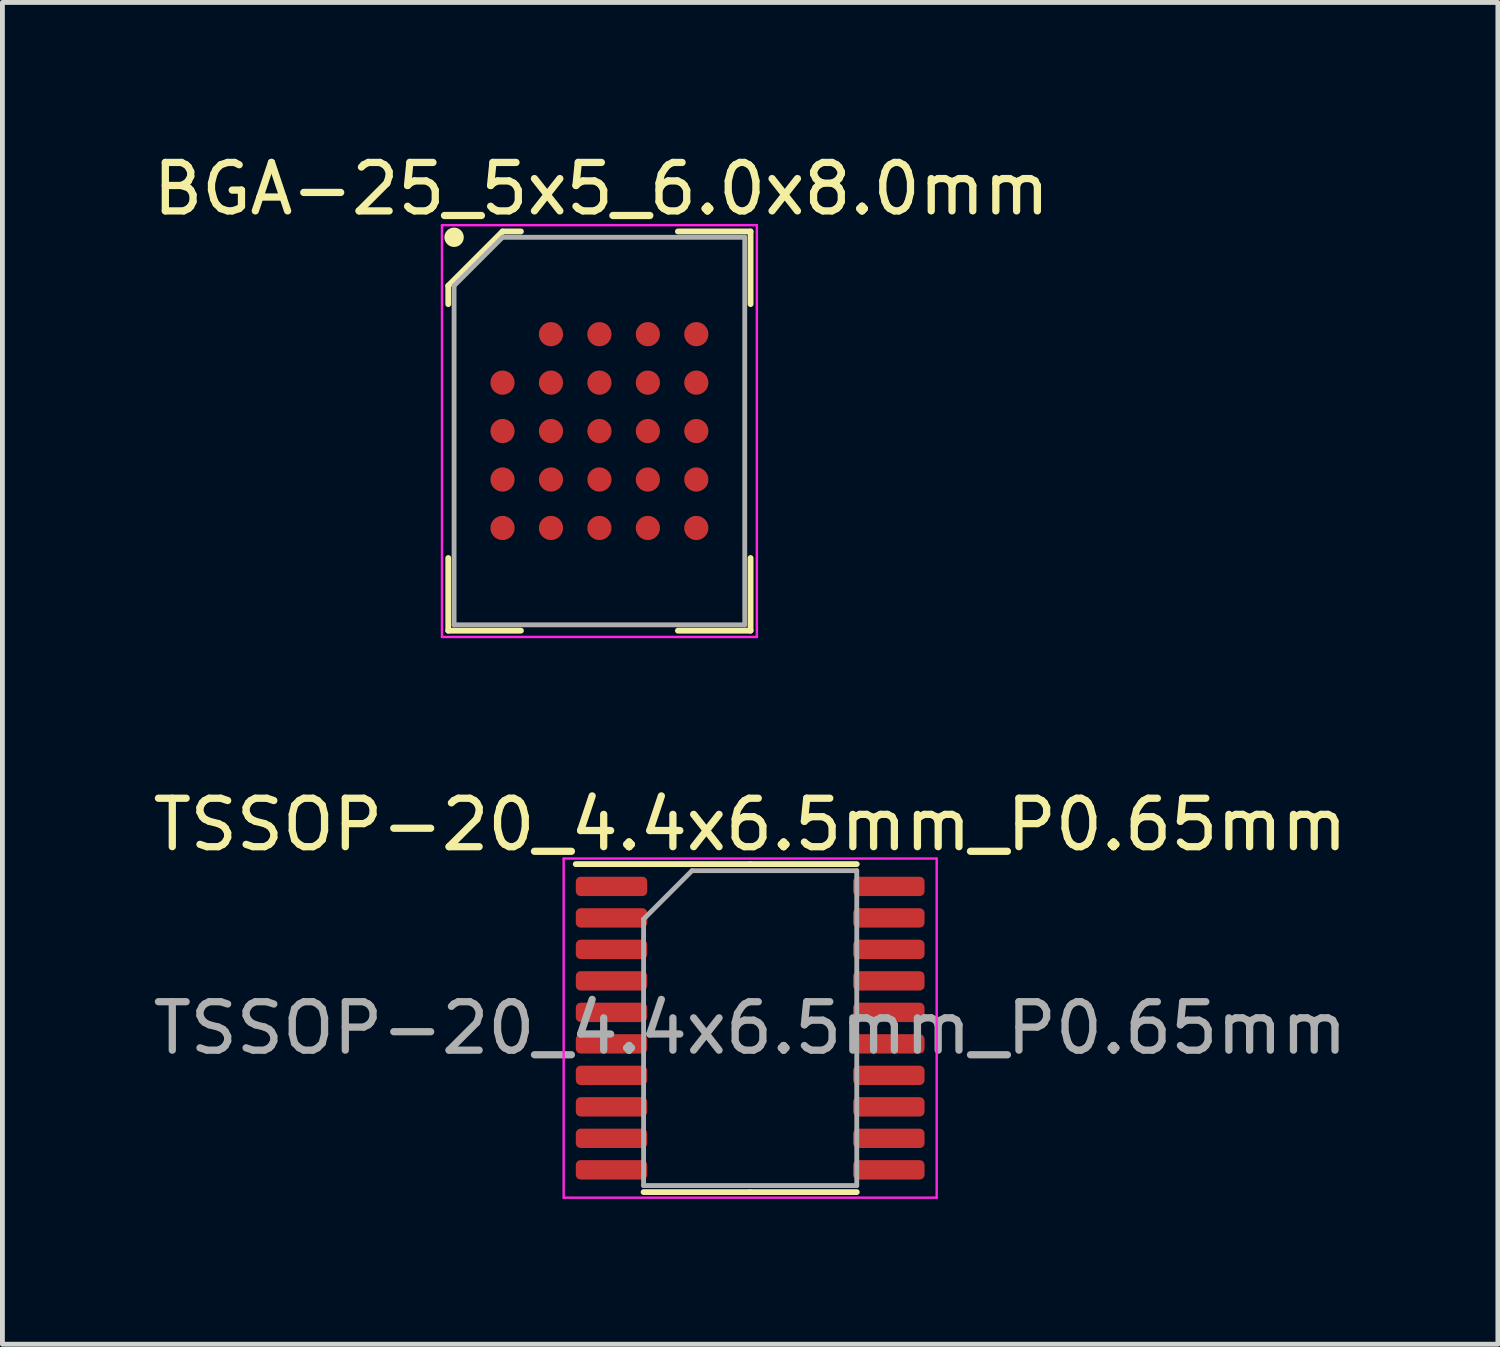
<source format=kicad_pcb>
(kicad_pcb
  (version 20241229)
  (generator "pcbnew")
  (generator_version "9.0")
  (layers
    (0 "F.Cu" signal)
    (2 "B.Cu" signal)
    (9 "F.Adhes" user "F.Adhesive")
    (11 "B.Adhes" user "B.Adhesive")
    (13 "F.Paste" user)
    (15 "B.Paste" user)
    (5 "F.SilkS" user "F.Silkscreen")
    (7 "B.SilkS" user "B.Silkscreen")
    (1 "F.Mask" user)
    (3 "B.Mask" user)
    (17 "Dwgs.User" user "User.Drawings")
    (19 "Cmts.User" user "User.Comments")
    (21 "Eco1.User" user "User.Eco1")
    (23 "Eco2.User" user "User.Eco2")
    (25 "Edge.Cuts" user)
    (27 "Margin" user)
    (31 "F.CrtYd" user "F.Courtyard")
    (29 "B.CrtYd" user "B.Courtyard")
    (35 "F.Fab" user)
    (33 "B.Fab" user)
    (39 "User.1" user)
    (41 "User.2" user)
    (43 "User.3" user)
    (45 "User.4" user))
  (footprint "BGA-25_5x5_6.0x8.0mm"
    (layer "F.Cu")
    (at 9.323 5.848)
    (property "Reference" "BGA-25_5x5_6.0x8.0mm" (at 0.04 -5 0) (layer "F.SilkS") (effects (font (size 1 1) (thickness 0.15))))
    (attr smd)
    (fp_line (start -3.12 -3) (end -3.12 -2.62) (stroke (width 0.12) (type solid)) (layer "F.SilkS"))
    (fp_line (start -3.12 4.12) (end -3.12 2.62) (stroke (width 0.12) (type solid)) (layer "F.SilkS"))
    (fp_line (start -2 -4.12) (end -3.12 -3) (stroke (width 0.12) (type solid)) (layer "F.SilkS"))
    (fp_line (start -1.62 -4.12) (end -2 -4.12) (stroke (width 0.12) (type solid)) (layer "F.SilkS"))
    (fp_line (start -1.62 4.12) (end -3.12 4.12) (stroke (width 0.12) (type solid)) (layer "F.SilkS"))
    (fp_line (start 1.62 -4.12) (end 3.12 -4.12) (stroke (width 0.12) (type solid)) (layer "F.SilkS"))
    (fp_line (start 1.62 4.12) (end 3.12 4.12) (stroke (width 0.12) (type solid)) (layer "F.SilkS"))
    (fp_line (start 3.12 -4.12) (end 3.12 -2.62) (stroke (width 0.12) (type solid)) (layer "F.SilkS"))
    (fp_line (start 3.12 4.12) (end 3.12 2.62) (stroke (width 0.12) (type solid)) (layer "F.SilkS"))
    (fp_circle (center -3 -4) (end -2.9 -4) (stroke (width 0.2) (type solid)) (fill no) (layer "F.SilkS"))
    (fp_line (start -3.25 -4.25) (end 3.25 -4.25) (stroke (width 0.05) (type solid)) (layer "F.CrtYd"))
    (fp_line (start -3.25 4.25) (end -3.25 -4.25) (stroke (width 0.05) (type solid)) (layer "F.CrtYd"))
    (fp_line (start 3.25 -4.25) (end 3.25 4.25) (stroke (width 0.05) (type solid)) (layer "F.CrtYd"))
    (fp_line (start 3.25 4.25) (end -3.25 4.25) (stroke (width 0.05) (type solid)) (layer "F.CrtYd"))
    (fp_line (start -3 -3) (end -3 4) (stroke (width 0.1) (type solid)) (layer "F.Fab"))
    (fp_line (start -3 4) (end 3 4) (stroke (width 0.1) (type solid)) (layer "F.Fab"))
    (fp_line (start -2 -4) (end -3 -3) (stroke (width 0.1) (type solid)) (layer "F.Fab"))
    (fp_line (start 3 -4) (end -2 -4) (stroke (width 0.1) (type solid)) (layer "F.Fab"))
    (fp_line (start 3 4) (end 3 -4) (stroke (width 0.1) (type solid)) (layer "F.Fab"))
    (pad "A2" smd circle (at -1 -2) (size 0.5 0.5) (layers "F.Cu" "F.Mask" "F.Paste"))
    (pad "A3" smd circle (at 0 -2) (size 0.5 0.5) (layers "F.Cu" "F.Mask" "F.Paste"))
    (pad "A4" smd circle (at 1 -2) (size 0.5 0.5) (layers "F.Cu" "F.Mask" "F.Paste"))
    (pad "A5" smd circle (at 2 -2) (size 0.5 0.5) (layers "F.Cu" "F.Mask" "F.Paste"))
    (pad "B1" smd circle (at -2 -1) (size 0.5 0.5) (layers "F.Cu" "F.Mask" "F.Paste"))
    (pad "B2" smd circle (at -1 -1) (size 0.5 0.5) (layers "F.Cu" "F.Mask" "F.Paste"))
    (pad "B3" smd circle (at 0 -1) (size 0.5 0.5) (layers "F.Cu" "F.Mask" "F.Paste"))
    (pad "B4" smd circle (at 1 -1) (size 0.5 0.5) (layers "F.Cu" "F.Mask" "F.Paste"))
    (pad "B5" smd circle (at 2 -1) (size 0.5 0.5) (layers "F.Cu" "F.Mask" "F.Paste"))
    (pad "C1" smd circle (at -2 0) (size 0.5 0.5) (layers "F.Cu" "F.Mask" "F.Paste"))
    (pad "C2" smd circle (at -1 0) (size 0.5 0.5) (layers "F.Cu" "F.Mask" "F.Paste"))
    (pad "C3" smd circle (at 0 0) (size 0.5 0.5) (layers "F.Cu" "F.Mask" "F.Paste"))
    (pad "C4" smd circle (at 1 0) (size 0.5 0.5) (layers "F.Cu" "F.Mask" "F.Paste"))
    (pad "C5" smd circle (at 2 0) (size 0.5 0.5) (layers "F.Cu" "F.Mask" "F.Paste"))
    (pad "D1" smd circle (at -2 1) (size 0.5 0.5) (layers "F.Cu" "F.Mask" "F.Paste"))
    (pad "D2" smd circle (at -1 1) (size 0.5 0.5) (layers "F.Cu" "F.Mask" "F.Paste"))
    (pad "D3" smd circle (at 0 1) (size 0.5 0.5) (layers "F.Cu" "F.Mask" "F.Paste"))
    (pad "D4" smd circle (at 1 1) (size 0.5 0.5) (layers "F.Cu" "F.Mask" "F.Paste"))
    (pad "D5" smd circle (at 2 1) (size 0.5 0.5) (layers "F.Cu" "F.Mask" "F.Paste"))
    (pad "E1" smd circle (at -2 2) (size 0.5 0.5) (layers "F.Cu" "F.Mask" "F.Paste"))
    (pad "E2" smd circle (at -1 2) (size 0.5 0.5) (layers "F.Cu" "F.Mask" "F.Paste"))
    (pad "E3" smd circle (at 0 2) (size 0.5 0.5) (layers "F.Cu" "F.Mask" "F.Paste"))
    (pad "E4" smd circle (at 1 2) (size 0.5 0.5) (layers "F.Cu" "F.Mask" "F.Paste"))
    (pad "E5" smd circle (at 2 2) (size 0.5 0.5) (layers "F.Cu" "F.Mask" "F.Paste")))
  (footprint "TSSOP-20_4.4x6.5mm_P0.65mm"
    (layer "F.Cu")
    (at 12.435 18.172)
    (property "Reference" "TSSOP-20_4.4x6.5mm_P0.65mm" (at 0 -4.2 0) (layer "F.SilkS") (effects (font (size 1 1) (thickness 0.15))))
    (attr smd)
    (fp_line (start 0 -3.385) (end -3.6 -3.385) (stroke (width 0.12) (type solid)) (layer "F.SilkS"))
    (fp_line (start 0 -3.385) (end 2.2 -3.385) (stroke (width 0.12) (type solid)) (layer "F.SilkS"))
    (fp_line (start 0 3.385) (end -2.2 3.385) (stroke (width 0.12) (type solid)) (layer "F.SilkS"))
    (fp_line (start 0 3.385) (end 2.2 3.385) (stroke (width 0.12) (type solid)) (layer "F.SilkS"))
    (fp_line (start -3.85 -3.5) (end -3.85 3.5) (stroke (width 0.05) (type solid)) (layer "F.CrtYd"))
    (fp_line (start -3.85 3.5) (end 3.85 3.5) (stroke (width 0.05) (type solid)) (layer "F.CrtYd"))
    (fp_line (start 3.85 -3.5) (end -3.85 -3.5) (stroke (width 0.05) (type solid)) (layer "F.CrtYd"))
    (fp_line (start 3.85 3.5) (end 3.85 -3.5) (stroke (width 0.05) (type solid)) (layer "F.CrtYd"))
    (fp_line (start -2.2 -2.25) (end -1.2 -3.25) (stroke (width 0.1) (type solid)) (layer "F.Fab"))
    (fp_line (start -2.2 3.25) (end -2.2 -2.25) (stroke (width 0.1) (type solid)) (layer "F.Fab"))
    (fp_line (start -1.2 -3.25) (end 2.2 -3.25) (stroke (width 0.1) (type solid)) (layer "F.Fab"))
    (fp_line (start 2.2 -3.25) (end 2.2 3.25) (stroke (width 0.1) (type solid)) (layer "F.Fab"))
    (fp_line (start 2.2 3.25) (end -2.2 3.25) (stroke (width 0.1) (type solid)) (layer "F.Fab"))
    (fp_text user "${REFERENCE}" (at 0 0 0) (layer "F.Fab") (effects (font (size 1 1) (thickness 0.15))))
    (pad "1" smd roundrect (at -2.862 -2.925) (size 1.475 0.4) (layers "F.Cu" "F.Mask" "F.Paste") (roundrect_rratio 0.25))
    (pad "2" smd roundrect (at -2.862 -2.275) (size 1.475 0.4) (layers "F.Cu" "F.Mask" "F.Paste") (roundrect_rratio 0.25))
    (pad "3" smd roundrect (at -2.862 -1.625) (size 1.475 0.4) (layers "F.Cu" "F.Mask" "F.Paste") (roundrect_rratio 0.25))
    (pad "4" smd roundrect (at -2.862 -0.975) (size 1.475 0.4) (layers "F.Cu" "F.Mask" "F.Paste") (roundrect_rratio 0.25))
    (pad "5" smd roundrect (at -2.862 -0.325) (size 1.475 0.4) (layers "F.Cu" "F.Mask" "F.Paste") (roundrect_rratio 0.25))
    (pad "6" smd roundrect (at -2.862 0.325) (size 1.475 0.4) (layers "F.Cu" "F.Mask" "F.Paste") (roundrect_rratio 0.25))
    (pad "7" smd roundrect (at -2.862 0.975) (size 1.475 0.4) (layers "F.Cu" "F.Mask" "F.Paste") (roundrect_rratio 0.25))
    (pad "8" smd roundrect (at -2.862 1.625) (size 1.475 0.4) (layers "F.Cu" "F.Mask" "F.Paste") (roundrect_rratio 0.25))
    (pad "9" smd roundrect (at -2.862 2.275) (size 1.475 0.4) (layers "F.Cu" "F.Mask" "F.Paste") (roundrect_rratio 0.25))
    (pad "10" smd roundrect (at -2.862 2.925) (size 1.475 0.4) (layers "F.Cu" "F.Mask" "F.Paste") (roundrect_rratio 0.25))
    (pad "11" smd roundrect (at 2.862 2.925) (size 1.475 0.4) (layers "F.Cu" "F.Mask" "F.Paste") (roundrect_rratio 0.25))
    (pad "12" smd roundrect (at 2.862 2.275) (size 1.475 0.4) (layers "F.Cu" "F.Mask" "F.Paste") (roundrect_rratio 0.25))
    (pad "13" smd roundrect (at 2.862 1.625) (size 1.475 0.4) (layers "F.Cu" "F.Mask" "F.Paste") (roundrect_rratio 0.25))
    (pad "14" smd roundrect (at 2.862 0.975) (size 1.475 0.4) (layers "F.Cu" "F.Mask" "F.Paste") (roundrect_rratio 0.25))
    (pad "15" smd roundrect (at 2.862 0.325) (size 1.475 0.4) (layers "F.Cu" "F.Mask" "F.Paste") (roundrect_rratio 0.25))
    (pad "16" smd roundrect (at 2.862 -0.325) (size 1.475 0.4) (layers "F.Cu" "F.Mask" "F.Paste") (roundrect_rratio 0.25))
    (pad "17" smd roundrect (at 2.862 -0.975) (size 1.475 0.4) (layers "F.Cu" "F.Mask" "F.Paste") (roundrect_rratio 0.25))
    (pad "18" smd roundrect (at 2.862 -1.625) (size 1.475 0.4) (layers "F.Cu" "F.Mask" "F.Paste") (roundrect_rratio 0.25))
    (pad "19" smd roundrect (at 2.862 -2.275) (size 1.475 0.4) (layers "F.Cu" "F.Mask" "F.Paste") (roundrect_rratio 0.25))
    (pad "20" smd roundrect (at 2.862 -2.925) (size 1.475 0.4) (layers "F.Cu" "F.Mask" "F.Paste") (roundrect_rratio 0.25)))
  (gr_rect
    (start -3 -3)
    (end 27.869 24.697)
    (stroke (width 0.1) (type default))
    (fill no)
    (layer "Edge.Cuts")))
</source>
